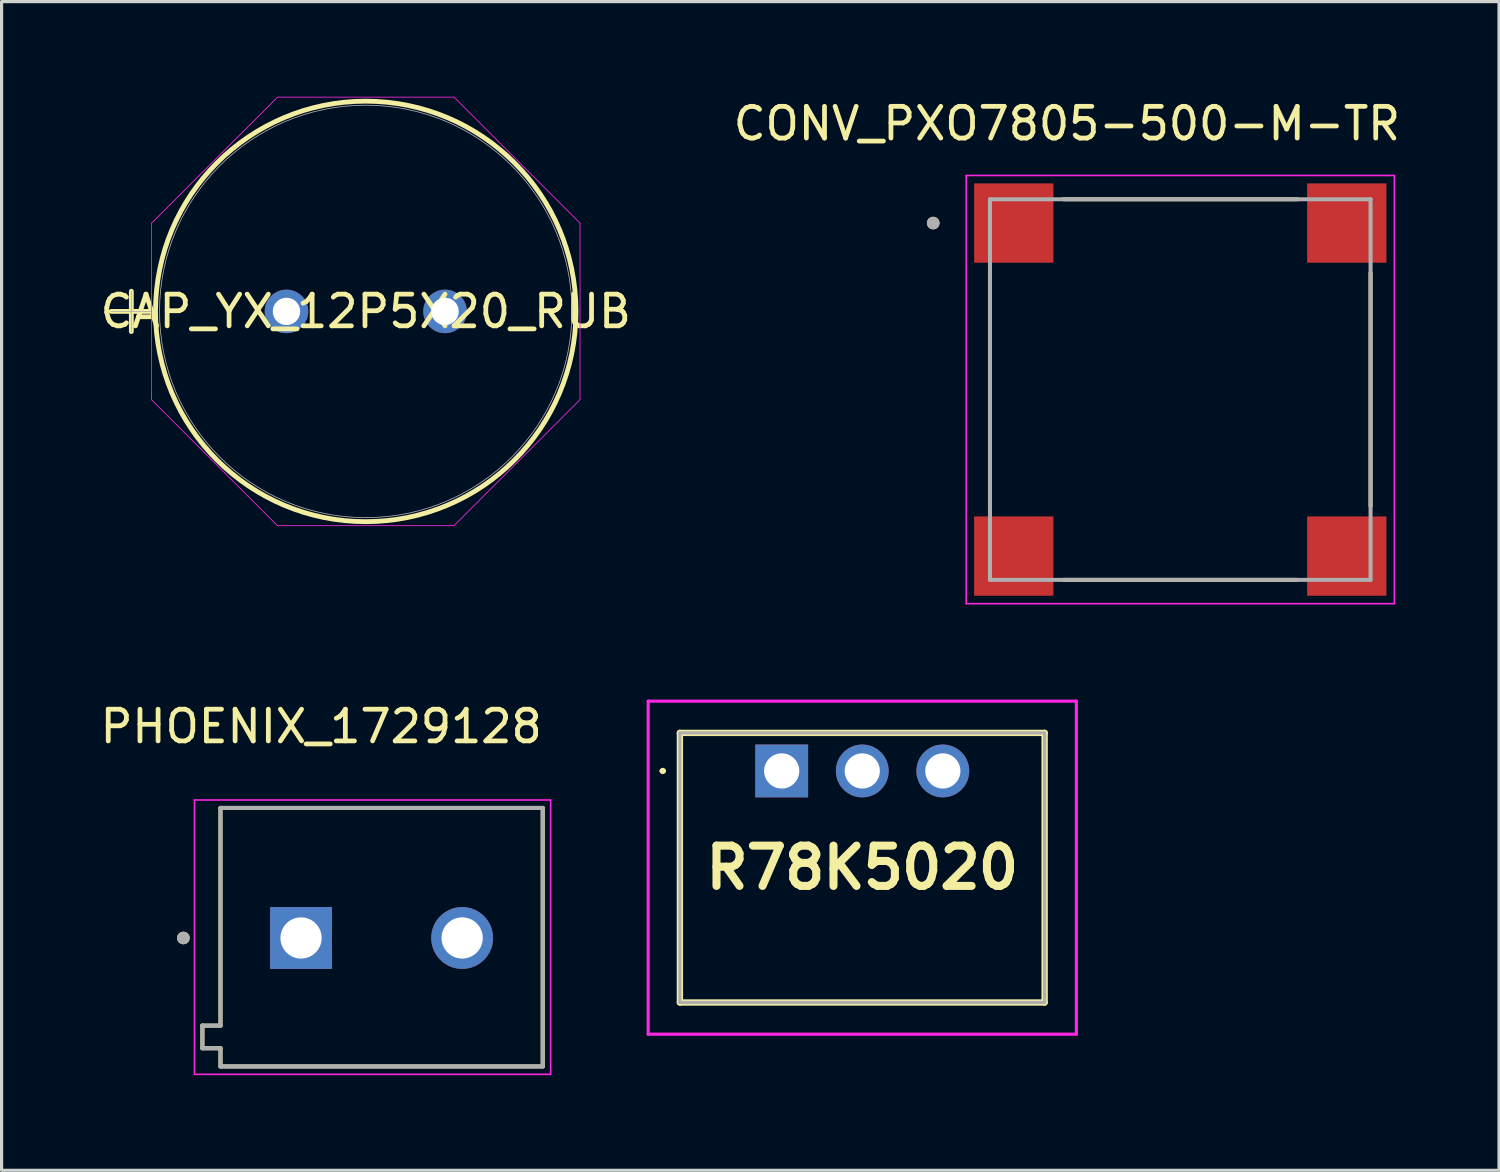
<source format=kicad_pcb>
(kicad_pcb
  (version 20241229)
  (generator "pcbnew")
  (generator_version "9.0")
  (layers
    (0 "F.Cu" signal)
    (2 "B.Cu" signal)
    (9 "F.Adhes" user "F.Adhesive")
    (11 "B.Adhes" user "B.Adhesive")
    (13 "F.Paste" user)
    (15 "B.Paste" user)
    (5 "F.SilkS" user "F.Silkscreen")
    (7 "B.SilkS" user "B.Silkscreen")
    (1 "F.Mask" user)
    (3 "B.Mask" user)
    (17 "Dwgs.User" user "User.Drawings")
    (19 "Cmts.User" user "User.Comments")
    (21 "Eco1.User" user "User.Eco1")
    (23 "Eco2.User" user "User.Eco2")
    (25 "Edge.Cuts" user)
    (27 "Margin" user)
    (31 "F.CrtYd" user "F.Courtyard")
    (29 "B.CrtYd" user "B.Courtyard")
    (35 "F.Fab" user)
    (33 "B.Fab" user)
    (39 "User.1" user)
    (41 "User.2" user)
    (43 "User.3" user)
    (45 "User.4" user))
  (footprint "PHOENIX_1729128"
    (layer "F.Cu")
    (at 8.982 26.524)
    (property "Reference" "PHOENIX_1729128" (at -1.905 -6.668 0) (layer "F.SilkS") (effects (font (size 1 1) (thickness 0.15))))
    (attr through_hole)
    (fp_line (start -5.65 2.763) (end -5.08 2.763) (stroke (width 0.127) (type solid)) (layer "F.SilkS"))
    (fp_line (start -5.65 3.477) (end -5.65 2.763) (stroke (width 0.127) (type solid)) (layer "F.SilkS"))
    (fp_line (start -5.08 -4.1) (end 5.08 -4.1) (stroke (width 0.127) (type solid)) (layer "F.SilkS"))
    (fp_line (start -5.08 2.763) (end -5.08 -4.1) (stroke (width 0.127) (type solid)) (layer "F.SilkS"))
    (fp_line (start -5.08 3.477) (end -5.65 3.477) (stroke (width 0.127) (type solid)) (layer "F.SilkS"))
    (fp_line (start -5.08 4.05) (end -5.08 3.477) (stroke (width 0.127) (type solid)) (layer "F.SilkS"))
    (fp_line (start 5.08 -4.1) (end 5.08 4.05) (stroke (width 0.127) (type solid)) (layer "F.SilkS"))
    (fp_line (start 5.08 4.05) (end -5.08 4.05) (stroke (width 0.127) (type solid)) (layer "F.SilkS"))
    (fp_circle (center -6.25 0) (end -6.15 0) (stroke (width 0.2) (type solid)) (fill no) (layer "F.SilkS"))
    (fp_line (start -5.9 -4.35) (end -5.9 4.3) (stroke (width 0.05) (type solid)) (layer "F.CrtYd"))
    (fp_line (start -5.9 4.3) (end 5.33 4.3) (stroke (width 0.05) (type solid)) (layer "F.CrtYd"))
    (fp_line (start 5.33 -4.35) (end -5.9 -4.35) (stroke (width 0.05) (type solid)) (layer "F.CrtYd"))
    (fp_line (start 5.33 4.3) (end 5.33 -4.35) (stroke (width 0.05) (type solid)) (layer "F.CrtYd"))
    (fp_line (start -5.65 2.763) (end -5.08 2.763) (stroke (width 0.127) (type solid)) (layer "F.Fab"))
    (fp_line (start -5.65 3.477) (end -5.65 2.763) (stroke (width 0.127) (type solid)) (layer "F.Fab"))
    (fp_line (start -5.08 -4.1) (end 5.08 -4.1) (stroke (width 0.127) (type solid)) (layer "F.Fab"))
    (fp_line (start -5.08 2.763) (end -5.08 -4.1) (stroke (width 0.127) (type solid)) (layer "F.Fab"))
    (fp_line (start -5.08 3.477) (end -5.65 3.477) (stroke (width 0.127) (type solid)) (layer "F.Fab"))
    (fp_line (start -5.08 4.05) (end -5.08 3.477) (stroke (width 0.127) (type solid)) (layer "F.Fab"))
    (fp_line (start 5.08 -4.1) (end 5.08 4.05) (stroke (width 0.127) (type solid)) (layer "F.Fab"))
    (fp_line (start 5.08 4.05) (end -5.08 4.05) (stroke (width 0.127) (type solid)) (layer "F.Fab"))
    (fp_circle (center -6.25 0) (end -6.15 0) (stroke (width 0.2) (type solid)) (fill no) (layer "F.Fab"))
    (pad "1" thru_hole rect (at -2.54 0) (size 1.95 1.95) (drill 1.3) (layers "*.Cu" "*.Mask"))
    (pad "2" thru_hole circle (at 2.54 0) (size 1.95 1.95) (drill 1.3) (layers "*.Cu" "*.Mask")))
  (footprint "R78K5020"
    (layer "F.Cu")
    (at 21.597 21.258)
    (property "Reference" "R78K5020" (at 2.54 3.05 0) (layer "F.SilkS") (effects (font (size 1.27 1.27) (thickness 0.254))))
    (attr through_hole)
    (fp_line (start -3.8 0) (end -3.8 0) (stroke (width 0.1) (type solid)) (layer "F.SilkS"))
    (fp_line (start -3.7 0) (end -3.7 0) (stroke (width 0.1) (type solid)) (layer "F.SilkS"))
    (fp_line (start -3.21 -1.2) (end 8.29 -1.2) (stroke (width 0.2) (type solid)) (layer "F.SilkS"))
    (fp_line (start -3.21 7.3) (end -3.21 -1.2) (stroke (width 0.2) (type solid)) (layer "F.SilkS"))
    (fp_line (start 8.29 -1.2) (end 8.29 7.3) (stroke (width 0.2) (type solid)) (layer "F.SilkS"))
    (fp_line (start 8.29 7.3) (end -3.21 7.3) (stroke (width 0.2) (type solid)) (layer "F.SilkS"))
    (fp_arc (start -3.8 0) (mid -3.75 -0.05) (end -3.7 0) (stroke (width 0.1) (type solid)) (layer "F.SilkS"))
    (fp_arc (start -3.7 0) (mid -3.75 0.05) (end -3.8 0) (stroke (width 0.1) (type solid)) (layer "F.SilkS"))
    (fp_line (start -4.21 -2.2) (end 9.29 -2.2) (stroke (width 0.1) (type solid)) (layer "F.CrtYd"))
    (fp_line (start -4.21 8.3) (end -4.21 -2.2) (stroke (width 0.1) (type solid)) (layer "F.CrtYd"))
    (fp_line (start 9.29 -2.2) (end 9.29 8.3) (stroke (width 0.1) (type solid)) (layer "F.CrtYd"))
    (fp_line (start 9.29 8.3) (end -4.21 8.3) (stroke (width 0.1) (type solid)) (layer "F.CrtYd"))
    (fp_line (start -3.21 -1.2) (end 8.29 -1.2) (stroke (width 0.1) (type solid)) (layer "F.Fab"))
    (fp_line (start -3.21 7.3) (end -3.21 -1.2) (stroke (width 0.1) (type solid)) (layer "F.Fab"))
    (fp_line (start 8.29 -1.2) (end 8.29 7.3) (stroke (width 0.1) (type solid)) (layer "F.Fab"))
    (fp_line (start 8.29 7.3) (end -3.21 7.3) (stroke (width 0.1) (type solid)) (layer "F.Fab"))
    (pad "1" thru_hole rect (at 0 0) (size 1.665 1.665) (drill 1.11) (layers "*.Cu" "*.Mask"))
    (pad "2" thru_hole circle (at 2.54 0) (size 1.665 1.665) (drill 1.11) (layers "*.Cu" "*.Mask"))
    (pad "3" thru_hole circle (at 5.08 0) (size 1.665 1.665) (drill 1.11) (layers "*.Cu" "*.Mask")))
  (footprint "CONV_PXO7805-500-M-TR"
    (layer "F.Cu")
    (at 34.164 9.233)
    (property "Reference" "CONV_PXO7805-500-M-TR" (at -3.575 -8.385 0) (layer "F.SilkS") (effects (font (size 1 1) (thickness 0.15))))
    (attr smd)
    (fp_line (start -6 -3.68) (end -6 3.68) (stroke (width 0.127) (type solid)) (layer "F.SilkS"))
    (fp_line (start -3.68 -6) (end 3.68 -6) (stroke (width 0.127) (type solid)) (layer "F.SilkS"))
    (fp_line (start -3.68 6) (end 3.68 6) (stroke (width 0.127) (type solid)) (layer "F.SilkS"))
    (fp_line (start 6 -3.68) (end 6 3.68) (stroke (width 0.127) (type solid)) (layer "F.SilkS"))
    (fp_circle (center -7.79 -5.25) (end -7.69 -5.25) (stroke (width 0.2) (type solid)) (fill no) (layer "F.SilkS"))
    (fp_line (start -6.75 -6.75) (end -6.75 6.75) (stroke (width 0.05) (type solid)) (layer "F.CrtYd"))
    (fp_line (start -6.75 6.75) (end 6.75 6.75) (stroke (width 0.05) (type solid)) (layer "F.CrtYd"))
    (fp_line (start 6.75 -6.75) (end -6.75 -6.75) (stroke (width 0.05) (type solid)) (layer "F.CrtYd"))
    (fp_line (start 6.75 6.75) (end 6.75 -6.75) (stroke (width 0.05) (type solid)) (layer "F.CrtYd"))
    (fp_line (start -6 -6) (end 6 -6) (stroke (width 0.127) (type solid)) (layer "F.Fab"))
    (fp_line (start -6 6) (end -6 -6) (stroke (width 0.127) (type solid)) (layer "F.Fab"))
    (fp_line (start 6 -6) (end 6 6) (stroke (width 0.127) (type solid)) (layer "F.Fab"))
    (fp_line (start 6 6) (end -6 6) (stroke (width 0.127) (type solid)) (layer "F.Fab"))
    (fp_circle (center -7.79 -5.25) (end -7.69 -5.25) (stroke (width 0.2) (type solid)) (fill no) (layer "F.Fab"))
    (pad "1" smd rect (at -5.25 -5.25) (size 2.5 2.5) (layers "F.Cu" "F.Mask" "F.Paste"))
    (pad "2" smd rect (at -5.25 5.25) (size 2.5 2.5) (layers "F.Cu" "F.Mask" "F.Paste"))
    (pad "3" smd rect (at 5.25 5.25) (size 2.5 2.5) (layers "F.Cu" "F.Mask" "F.Paste"))
    (pad "4" smd rect (at 5.25 -5.25) (size 2.5 2.5) (layers "F.Cu" "F.Mask" "F.Paste")))
  (footprint "CAP_YX_12P5X20_RUB"
    (layer "F.Cu")
    (at 5.982 6.769)
    (property "Reference" "CAP_YX_12P5X20_RUB" (at 2.5 0 0) (unlocked yes) (layer "F.SilkS") (effects (font (size 1 1) (thickness 0.15))))
    (attr through_hole)
    (fp_line (start -5.526 0) (end -4.256 0) (stroke (width 0.152) (type solid)) (layer "F.SilkS"))
    (fp_line (start -4.891 -0.635) (end -4.891 0.635) (stroke (width 0.152) (type solid)) (layer "F.SilkS"))
    (fp_circle (center 2.5 0) (end 9.129 0) (stroke (width 0.152) (type solid)) (fill no) (layer "F.SilkS"))
    (fp_line (start -4.256 -2.782) (end -0.282 -6.756) (stroke (width 0.025) (type solid)) (layer "F.CrtYd"))
    (fp_line (start -4.256 2.782) (end -4.256 -2.782) (stroke (width 0.025) (type solid)) (layer "F.CrtYd"))
    (fp_line (start -0.282 -6.756) (end 5.282 -6.756) (stroke (width 0.025) (type solid)) (layer "F.CrtYd"))
    (fp_line (start -0.282 6.756) (end -4.256 2.782) (stroke (width 0.025) (type solid)) (layer "F.CrtYd"))
    (fp_line (start 5.282 -6.756) (end 9.256 -2.782) (stroke (width 0.025) (type solid)) (layer "F.CrtYd"))
    (fp_line (start 5.282 6.756) (end -0.282 6.756) (stroke (width 0.025) (type solid)) (layer "F.CrtYd"))
    (fp_line (start 9.256 -2.782) (end 9.256 2.782) (stroke (width 0.025) (type solid)) (layer "F.CrtYd"))
    (fp_line (start 9.256 2.782) (end 5.282 6.756) (stroke (width 0.025) (type solid)) (layer "F.CrtYd"))
    (fp_line (start -5.526 0) (end -4.256 0) (stroke (width 0.025) (type solid)) (layer "F.Fab"))
    (fp_line (start -4.891 -0.635) (end -4.891 0.635) (stroke (width 0.025) (type solid)) (layer "F.Fab"))
    (fp_circle (center 2.5 0) (end 9.002 0) (stroke (width 0.025) (type solid)) (fill no) (layer "F.Fab"))
    (pad "1" thru_hole circle (at 0 0) (size 1.372 1.372) (drill 0.864) (layers "*.Cu" "*.Mask"))
    (pad "2" thru_hole circle (at 5 0) (size 1.372 1.372) (drill 0.864) (layers "*.Cu" "*.Mask")))
  (gr_rect
    (start -3 -3)
    (end 44.214 33.849)
    (stroke (width 0.1) (type default))
    (fill no)
    (layer "Edge.Cuts")))
</source>
